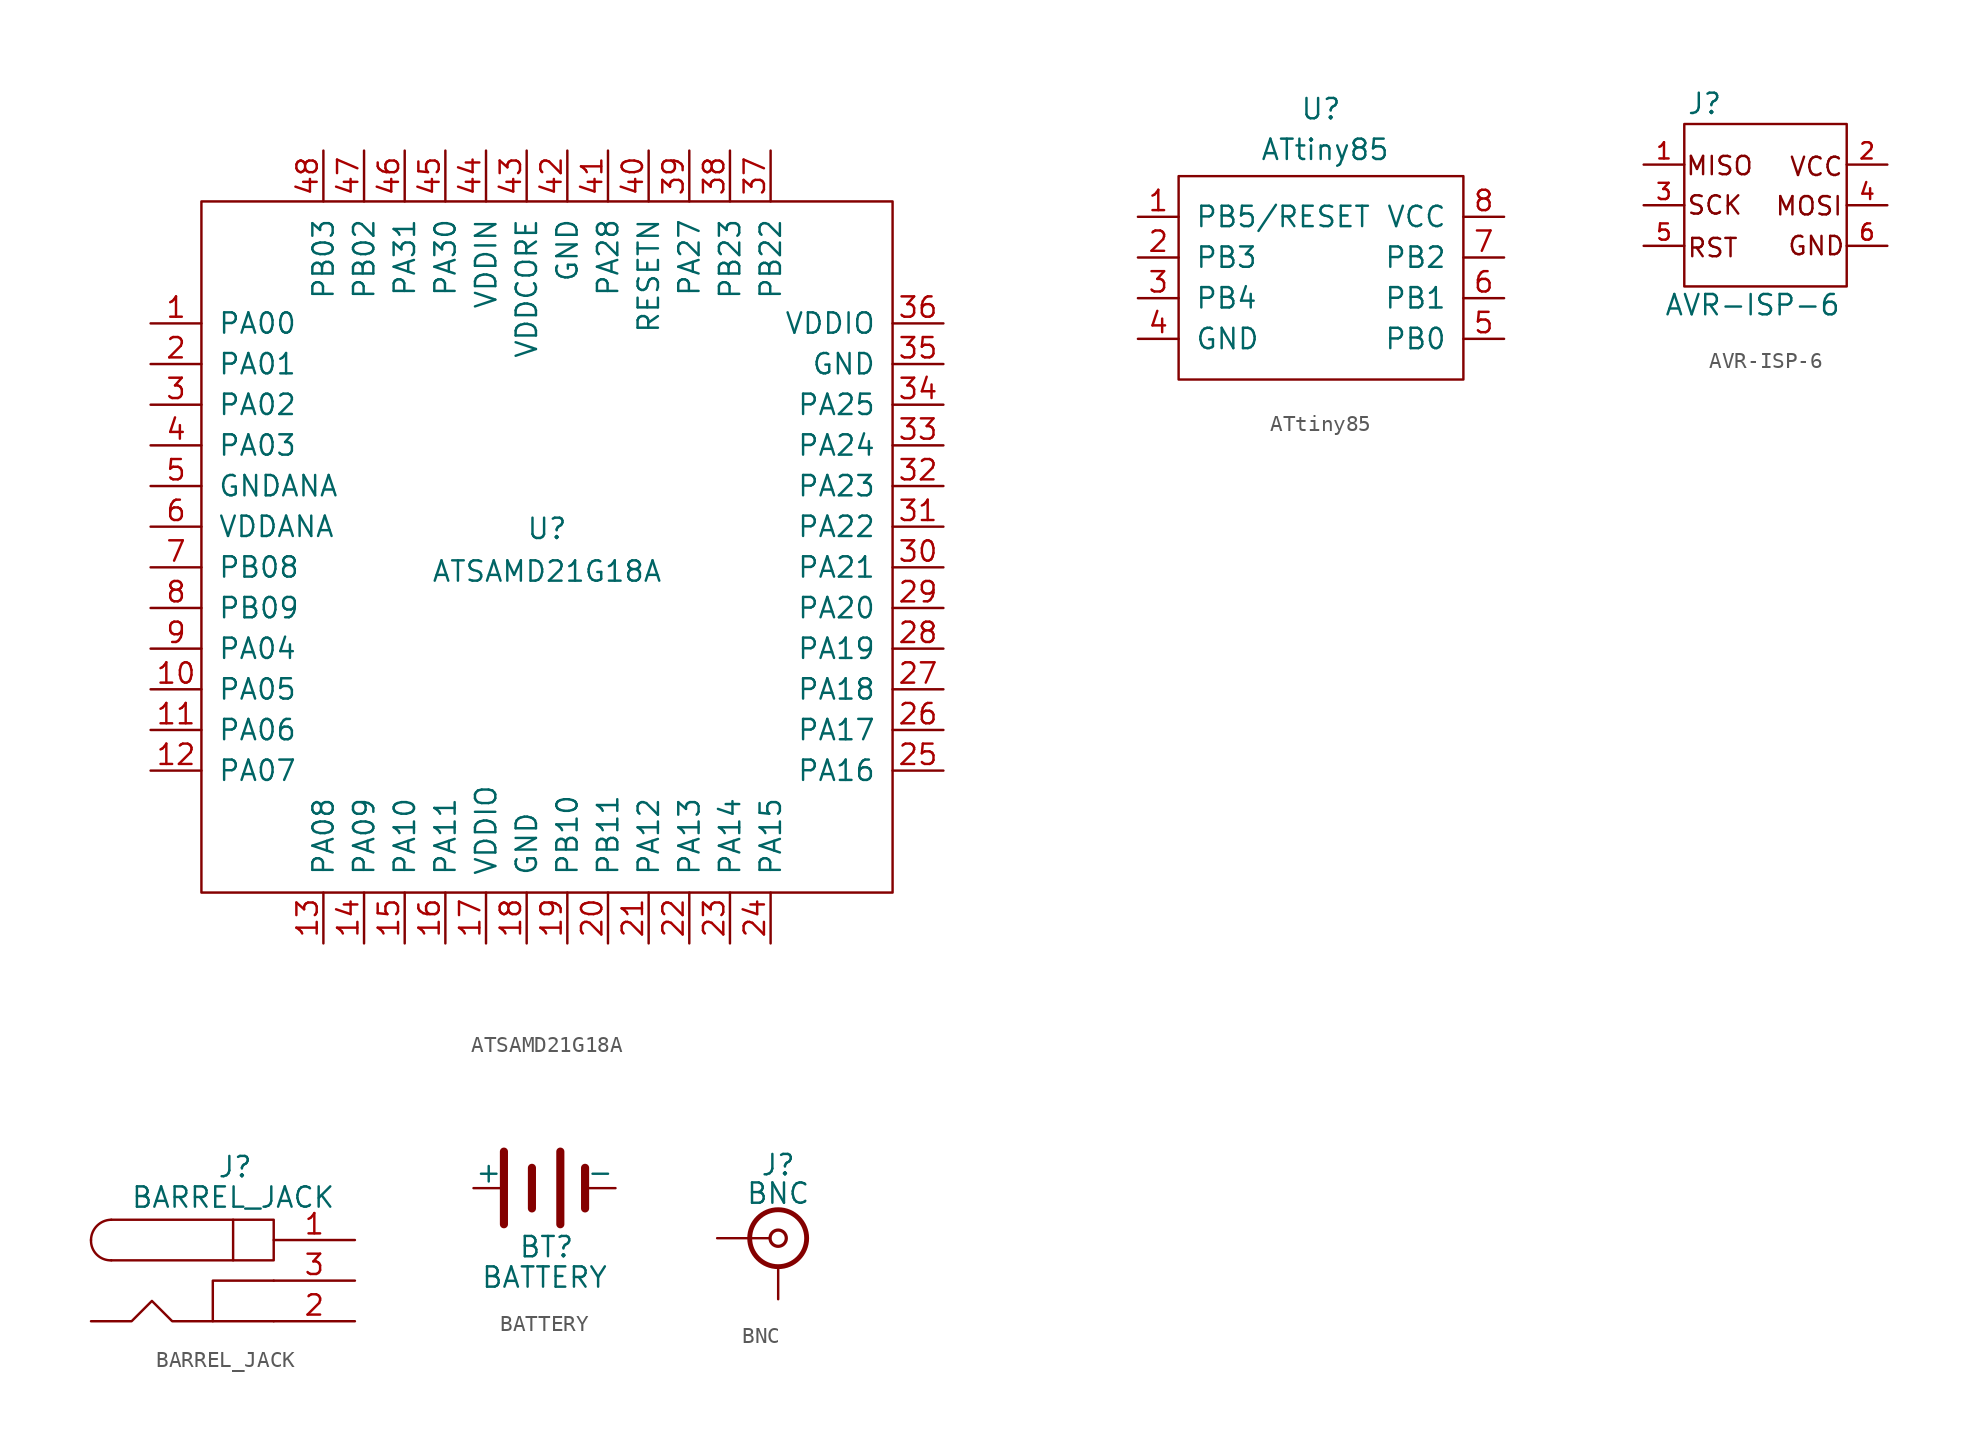
<source format=kicad_sym>
(kicad_symbol_lib
  (version 20220914)
  (generator kicad_symbol_editor)
  (symbol "ATSAMD21G18A"
    (pin_names
      (offset 1.016))
    (property "Reference" "U"
      (at 0 1.143 0)
      (effects (font (size 1.27 1.27))))
    (property "Value" "ATSAMD21G18A"
      (at 0 -1.524 0)
      (effects (font (size 1.27 1.27))))
    (symbol "ATSAMD21G18A_1_0"
      (rectangle (start -21.59 -21.59) (end 21.59 21.59) (stroke (width 0) (type solid)) (fill (type none))))
    (symbol "ATSAMD21G18A_1_1"
      (pin passive line (at -24.765 13.97 0) (length 3.175) (name "PA00" (effects (font (size 1.27 1.27)))) (number "1" (effects (font (size 1.27 1.27)))))
      (pin passive line (at -24.765 -8.89 0) (length 3.175) (name "PA05" (effects (font (size 1.27 1.27)))) (number "10" (effects (font (size 1.27 1.27)))))
      (pin passive line (at -24.765 -11.43 0) (length 3.175) (name "PA06" (effects (font (size 1.27 1.27)))) (number "11" (effects (font (size 1.27 1.27)))))
      (pin passive line (at -24.765 -13.97 0) (length 3.175) (name "PA07" (effects (font (size 1.27 1.27)))) (number "12" (effects (font (size 1.27 1.27)))))
      (pin passive line (at -13.97 -24.765 90) (length 3.175) (name "PA08" (effects (font (size 1.27 1.27)))) (number "13" (effects (font (size 1.27 1.27)))))
      (pin passive line (at -11.43 -24.765 90) (length 3.175) (name "PA09" (effects (font (size 1.27 1.27)))) (number "14" (effects (font (size 1.27 1.27)))))
      (pin passive line (at -8.89 -24.765 90) (length 3.175) (name "PA10" (effects (font (size 1.27 1.27)))) (number "15" (effects (font (size 1.27 1.27)))))
      (pin passive line (at -6.35 -24.765 90) (length 3.175) (name "PA11" (effects (font (size 1.27 1.27)))) (number "16" (effects (font (size 1.27 1.27)))))
      (pin passive line (at -3.81 -24.765 90) (length 3.175) (name "VDDIO" (effects (font (size 1.27 1.27)))) (number "17" (effects (font (size 1.27 1.27)))))
      (pin passive line (at -1.27 -24.765 90) (length 3.175) (name "GND" (effects (font (size 1.27 1.27)))) (number "18" (effects (font (size 1.27 1.27)))))
      (pin passive line (at 1.27 -24.765 90) (length 3.175) (name "PB10" (effects (font (size 1.27 1.27)))) (number "19" (effects (font (size 1.27 1.27)))))
      (pin passive line (at -24.765 11.43 0) (length 3.175) (name "PA01" (effects (font (size 1.27 1.27)))) (number "2" (effects (font (size 1.27 1.27)))))
      (pin passive line (at 3.81 -24.765 90) (length 3.175) (name "PB11" (effects (font (size 1.27 1.27)))) (number "20" (effects (font (size 1.27 1.27)))))
      (pin passive line (at 6.35 -24.765 90) (length 3.175) (name "PA12" (effects (font (size 1.27 1.27)))) (number "21" (effects (font (size 1.27 1.27)))))
      (pin passive line (at 8.89 -24.765 90) (length 3.175) (name "PA13" (effects (font (size 1.27 1.27)))) (number "22" (effects (font (size 1.27 1.27)))))
      (pin passive line (at 11.43 -24.765 90) (length 3.175) (name "PA14" (effects (font (size 1.27 1.27)))) (number "23" (effects (font (size 1.27 1.27)))))
      (pin passive line (at 13.97 -24.765 90) (length 3.175) (name "PA15" (effects (font (size 1.27 1.27)))) (number "24" (effects (font (size 1.27 1.27)))))
      (pin passive line (at 24.765 -13.97 180) (length 3.175) (name "PA16" (effects (font (size 1.27 1.27)))) (number "25" (effects (font (size 1.27 1.27)))))
      (pin passive line (at 24.765 -11.43 180) (length 3.175) (name "PA17" (effects (font (size 1.27 1.27)))) (number "26" (effects (font (size 1.27 1.27)))))
      (pin passive line (at 24.765 -8.89 180) (length 3.175) (name "PA18" (effects (font (size 1.27 1.27)))) (number "27" (effects (font (size 1.27 1.27)))))
      (pin passive line (at 24.765 -6.35 180) (length 3.175) (name "PA19" (effects (font (size 1.27 1.27)))) (number "28" (effects (font (size 1.27 1.27)))))
      (pin passive line (at 24.765 -3.81 180) (length 3.175) (name "PA20" (effects (font (size 1.27 1.27)))) (number "29" (effects (font (size 1.27 1.27)))))
      (pin passive line (at -24.765 8.89 0) (length 3.175) (name "PA02" (effects (font (size 1.27 1.27)))) (number "3" (effects (font (size 1.27 1.27)))))
      (pin passive line (at 24.765 -1.27 180) (length 3.175) (name "PA21" (effects (font (size 1.27 1.27)))) (number "30" (effects (font (size 1.27 1.27)))))
      (pin passive line (at 24.765 1.27 180) (length 3.175) (name "PA22" (effects (font (size 1.27 1.27)))) (number "31" (effects (font (size 1.27 1.27)))))
      (pin passive line (at 24.765 3.81 180) (length 3.175) (name "PA23" (effects (font (size 1.27 1.27)))) (number "32" (effects (font (size 1.27 1.27)))))
      (pin passive line (at 24.765 6.35 180) (length 3.175) (name "PA24" (effects (font (size 1.27 1.27)))) (number "33" (effects (font (size 1.27 1.27)))))
      (pin passive line (at 24.765 8.89 180) (length 3.175) (name "PA25" (effects (font (size 1.27 1.27)))) (number "34" (effects (font (size 1.27 1.27)))))
      (pin passive line (at 24.765 11.43 180) (length 3.175) (name "GND" (effects (font (size 1.27 1.27)))) (number "35" (effects (font (size 1.27 1.27)))))
      (pin passive line (at 24.765 13.97 180) (length 3.175) (name "VDDIO" (effects (font (size 1.27 1.27)))) (number "36" (effects (font (size 1.27 1.27)))))
      (pin passive line (at 13.97 24.765 270) (length 3.175) (name "PB22" (effects (font (size 1.27 1.27)))) (number "37" (effects (font (size 1.27 1.27)))))
      (pin passive line (at 11.43 24.765 270) (length 3.175) (name "PB23" (effects (font (size 1.27 1.27)))) (number "38" (effects (font (size 1.27 1.27)))))
      (pin passive line (at 8.89 24.765 270) (length 3.175) (name "PA27" (effects (font (size 1.27 1.27)))) (number "39" (effects (font (size 1.27 1.27)))))
      (pin passive line (at -24.765 6.35 0) (length 3.175) (name "PA03" (effects (font (size 1.27 1.27)))) (number "4" (effects (font (size 1.27 1.27)))))
      (pin passive line (at 6.35 24.765 270) (length 3.175) (name "RESETN" (effects (font (size 1.27 1.27)))) (number "40" (effects (font (size 1.27 1.27)))))
      (pin passive line (at 3.81 24.765 270) (length 3.175) (name "PA28" (effects (font (size 1.27 1.27)))) (number "41" (effects (font (size 1.27 1.27)))))
      (pin passive line (at 1.27 24.765 270) (length 3.175) (name "GND" (effects (font (size 1.27 1.27)))) (number "42" (effects (font (size 1.27 1.27)))))
      (pin passive line (at -1.27 24.765 270) (length 3.175) (name "VDDCORE" (effects (font (size 1.27 1.27)))) (number "43" (effects (font (size 1.27 1.27)))))
      (pin passive line (at -3.81 24.765 270) (length 3.175) (name "VDDIN" (effects (font (size 1.27 1.27)))) (number "44" (effects (font (size 1.27 1.27)))))
      (pin passive line (at -6.35 24.765 270) (length 3.175) (name "PA30" (effects (font (size 1.27 1.27)))) (number "45" (effects (font (size 1.27 1.27)))))
      (pin passive line (at -8.89 24.765 270) (length 3.175) (name "PA31" (effects (font (size 1.27 1.27)))) (number "46" (effects (font (size 1.27 1.27)))))
      (pin passive line (at -11.43 24.765 270) (length 3.175) (name "PB02" (effects (font (size 1.27 1.27)))) (number "47" (effects (font (size 1.27 1.27)))))
      (pin passive line (at -13.97 24.765 270) (length 3.175) (name "PB03" (effects (font (size 1.27 1.27)))) (number "48" (effects (font (size 1.27 1.27)))))
      (pin passive line (at -24.765 3.81 0) (length 3.175) (name "GNDANA" (effects (font (size 1.27 1.27)))) (number "5" (effects (font (size 1.27 1.27)))))
      (pin passive line (at -24.765 1.27 0) (length 3.175) (name "VDDANA" (effects (font (size 1.27 1.27)))) (number "6" (effects (font (size 1.27 1.27)))))
      (pin passive line (at -24.765 -1.27 0) (length 3.175) (name "PB08" (effects (font (size 1.27 1.27)))) (number "7" (effects (font (size 1.27 1.27)))))
      (pin passive line (at -24.765 -3.81 0) (length 3.175) (name "PB09" (effects (font (size 1.27 1.27)))) (number "8" (effects (font (size 1.27 1.27)))))
      (pin passive line (at -24.765 -6.35 0) (length 3.175) (name "PA04" (effects (font (size 1.27 1.27)))) (number "9" (effects (font (size 1.27 1.27)))))))
  (symbol "ATtiny85"
    (pin_names
      (offset 1.016))
    (property "Reference" "U"
      (at 0 10.541 0)
      (effects (font (size 1.27 1.27))))
    (property "Value" "ATtiny85"
      (at 0.254 8.001 0)
      (effects (font (size 1.27 1.27))))
    (property "Footprint" ""
      (at 0 0 0)
      (effects (font (size 1.524 1.524))))
    (property "Datasheet" ""
      (at 0 0 0)
      (effects (font (size 1.524 1.524))))
    (symbol "ATtiny85_0_0"
      (rectangle (start -8.89 -6.35) (end 8.89 6.35) (stroke (width 0) (type solid)) (fill (type none))))
    (symbol "ATtiny85_1_1"
      (pin bidirectional line (at -11.43 3.81 0) (length 2.54) (name "PB5/RESET" (effects (font (size 1.27 1.27)))) (number "1" (effects (font (size 1.27 1.27)))))
      (pin bidirectional line (at -11.43 1.27 0) (length 2.54) (name "PB3" (effects (font (size 1.27 1.27)))) (number "2" (effects (font (size 1.27 1.27)))))
      (pin bidirectional line (at -11.43 -1.27 0) (length 2.54) (name "PB4" (effects (font (size 1.27 1.27)))) (number "3" (effects (font (size 1.27 1.27)))))
      (pin power_in line (at -11.43 -3.81 0) (length 2.54) (name "GND" (effects (font (size 1.27 1.27)))) (number "4" (effects (font (size 1.27 1.27)))))
      (pin bidirectional line (at 11.43 -3.81 180) (length 2.54) (name "PB0" (effects (font (size 1.27 1.27)))) (number "5" (effects (font (size 1.27 1.27)))))
      (pin bidirectional line (at 11.43 -1.27 180) (length 2.54) (name "PB1" (effects (font (size 1.27 1.27)))) (number "6" (effects (font (size 1.27 1.27)))))
      (pin bidirectional line (at 11.43 1.27 180) (length 2.54) (name "PB2" (effects (font (size 1.27 1.27)))) (number "7" (effects (font (size 1.27 1.27)))))
      (pin power_in line (at 11.43 3.81 180) (length 2.54) (name "VCC" (effects (font (size 1.27 1.27)))) (number "8" (effects (font (size 1.27 1.27)))))))
  (symbol "AVR-ISP-6"
    (pin_names
      (offset 1.016))
    (property "Reference" "J"
      (at -3.81 6.35 0)
      (effects (font (size 1.27 1.27))))
    (property "Value" "AVR-ISP-6"
      (at -6.35 -6.985 0)
      (effects (font (size 1.27 1.27)) (justify left bottom)))
    (property "Datasheet" ""
      (at 0 0 0)
      (effects (font (size 1.524 1.524))))
    (symbol "AVR-ISP-6_0_0"
      (text "SCK" (at -3.175 0 0) (effects (font (size 1.143 1.143))))
      (text "VCC" (at 3.175 2.413 0) (effects (font (size 1.143 1.143)))))
    (symbol "AVR-ISP-6_0_1"
      (rectangle (start -5.08 5.08) (end 5.08 -5.08) (stroke (width 0) (type solid)) (fill (type none))))
    (symbol "AVR-ISP-6_1_0"
      (text "GND" (at 3.175 -2.54 0) (effects (font (size 1.143 1.143))))
      (text "MISO" (at -2.87 2.464 0) (effects (font (size 1.143 1.143))))
      (text "MOSI" (at 2.718 -0.051 0) (effects (font (size 1.143 1.143))))
      (text "RST" (at -3.302 -2.667 0) (effects (font (size 1.143 1.143)))))
    (symbol "AVR-ISP-6_1_1"
      (pin passive line (at -7.62 2.54 0) (length 2.54) (name "~" (effects (font (size 1.016 1.016)))) (number "1" (effects (font (size 1.016 1.016)))))
      (pin passive line (at 7.62 2.54 180) (length 2.54) (name "~" (effects (font (size 1.016 1.016)))) (number "2" (effects (font (size 1.016 1.016)))))
      (pin passive line (at -7.62 0 0) (length 2.54) (name "~" (effects (font (size 1.016 1.016)))) (number "3" (effects (font (size 1.016 1.016)))))
      (pin passive line (at 7.62 0 180) (length 2.54) (name "~" (effects (font (size 1.016 1.016)))) (number "4" (effects (font (size 1.016 1.016)))))
      (pin passive line (at -7.62 -2.54 0) (length 2.54) (name "~" (effects (font (size 1.016 1.016)))) (number "5" (effects (font (size 1.016 1.016)))))
      (pin passive line (at 7.62 -2.54 180) (length 2.54) (name "~" (effects (font (size 1.016 1.016)))) (number "6" (effects (font (size 1.016 1.016)))))))
  (symbol "BARREL_JACK"
    (pin_names
      (offset 1.016))
    (property "Reference" "J"
      (at 0.127 7.112 0)
      (effects (font (size 1.27 1.27))))
    (property "Value" "BARREL_JACK"
      (at 0 5.207 0)
      (effects (font (size 1.27 1.27))))
    (property "Footprint" ""
      (at 0 0 0)
      (effects (font (size 1.524 1.524))))
    (property "Datasheet" ""
      (at 0 0 0)
      (effects (font (size 1.524 1.524))))
    (symbol "BARREL_JACK_0_1"
      (arc (start -8.89 2.54) (mid -8.5271 1.6254) (end -7.62 1.27) (stroke (width 0) (type solid)) (fill (type none)))
      (arc (start -7.62 3.81) (mid -8.5088 3.4366) (end -8.89 2.54) (stroke (width 0) (type solid)) (fill (type none)))
      (polyline (pts (xy -7.62 1.27) (xy 0 1.27)) (stroke (width 0) (type solid)) (fill (type none)))
      (polyline (pts (xy 0 3.81) (xy -7.62 3.81)) (stroke (width 0) (type solid)) (fill (type none)))
      (polyline (pts (xy 2.54 0) (xy -1.27 0) (xy -1.27 -2.54)) (stroke (width 0) (type solid)) (fill (type none)))
      (polyline (pts (xy 2.54 -2.54) (xy -3.81 -2.54) (xy -5.08 -1.27) (xy -6.35 -2.54) (xy -8.89 -2.54)) (stroke (width 0) (type solid)) (fill (type none)))
      (rectangle (start 2.54 3.81) (end 0 1.27) (stroke (width 0) (type solid)) (fill (type none))))
    (symbol "BARREL_JACK_1_1"
      (pin power_out line (at 7.62 2.54 180) (length 5.08) (name "~" (effects (font (size 1.27 1.27)))) (number "1" (effects (font (size 1.27 1.27)))))
      (pin power_in line (at 7.62 -2.54 180) (length 5.08) (name "~" (effects (font (size 1.27 1.27)))) (number "2" (effects (font (size 1.27 1.27)))))
      (pin power_in line (at 7.62 0 180) (length 5.08) (name "~" (effects (font (size 1.27 1.27)))) (number "3" (effects (font (size 1.27 1.27)))))))
  (symbol "BATTERY"
    (pin_numbers hide)
    (pin_names
      (offset 0))
    (property "Reference" "BT"
      (at 0.127 -3.683 0)
      (effects (font (size 1.27 1.27))))
    (property "Value" "BATTERY"
      (at 0 -5.588 0)
      (effects (font (size 1.27 1.27))))
    (property "Footprint" ""
      (at 0 0 0)
      (effects (font (size 1.524 1.524))))
    (property "Datasheet" ""
      (at 0 0 0)
      (effects (font (size 1.524 1.524))))
    (symbol "BATTERY_0_1"
      (polyline (pts (xy -2.54 2.286) (xy -2.54 -2.261)) (stroke (width 0.508) (type solid)) (fill (type none)))
      (polyline (pts (xy -0.787 1.27) (xy -0.787 -1.27)) (stroke (width 0.508) (type solid)) (fill (type none)))
      (polyline (pts (xy 0.991 2.286) (xy 0.991 -2.261)) (stroke (width 0.508) (type solid)) (fill (type none)))
      (polyline (pts (xy 2.54 1.27) (xy 2.54 -1.27)) (stroke (width 0.508) (type solid)) (fill (type none))))
    (symbol "BATTERY_1_1"
      (pin passive line (at -4.445 0 0) (length 1.905) (name "+" (effects (font (size 1.27 1.27)))) (number "1" (effects (font (size 1.27 1.27)))))
      (pin passive line (at 4.445 0 180) (length 1.905) (name "-" (effects (font (size 1.27 1.27)))) (number "2" (effects (font (size 1.27 1.27)))))))
  (symbol "BNC"
    (pin_numbers hide)
    (pin_names
      (offset 1.016) hide)
    (property "Reference" "J"
      (at 0 4.572 0)
      (effects (font (size 1.27 1.27))))
    (property "Value" "BNC"
      (at 0 2.794 0)
      (effects (font (size 1.27 1.27))))
    (property "Footprint" ""
      (at 0 0 0)
      (effects (font (size 1.524 1.524))))
    (property "Datasheet" ""
      (at 0 0 0)
      (effects (font (size 1.524 1.524))))
    (symbol "BNC_0_1"
      (circle (center 0 0) (radius 0.508) (stroke (width 0.203) (type solid)) (fill (type none)))
      (circle (center 0 0) (radius 1.778) (stroke (width 0.305) (type solid)) (fill (type none))))
    (symbol "BNC_1_1"
      (pin passive line (at -3.81 0 0) (length 3.302) (name "In" (effects (font (size 1.016 1.016)))) (number "1" (effects (font (size 1.016 1.016)))))
      (pin passive line (at 0 -3.81 90) (length 1.905) (name "Ext" (effects (font (size 1.016 1.016)))) (number "2" (effects (font (size 1.016 1.016))))))))
</source>
